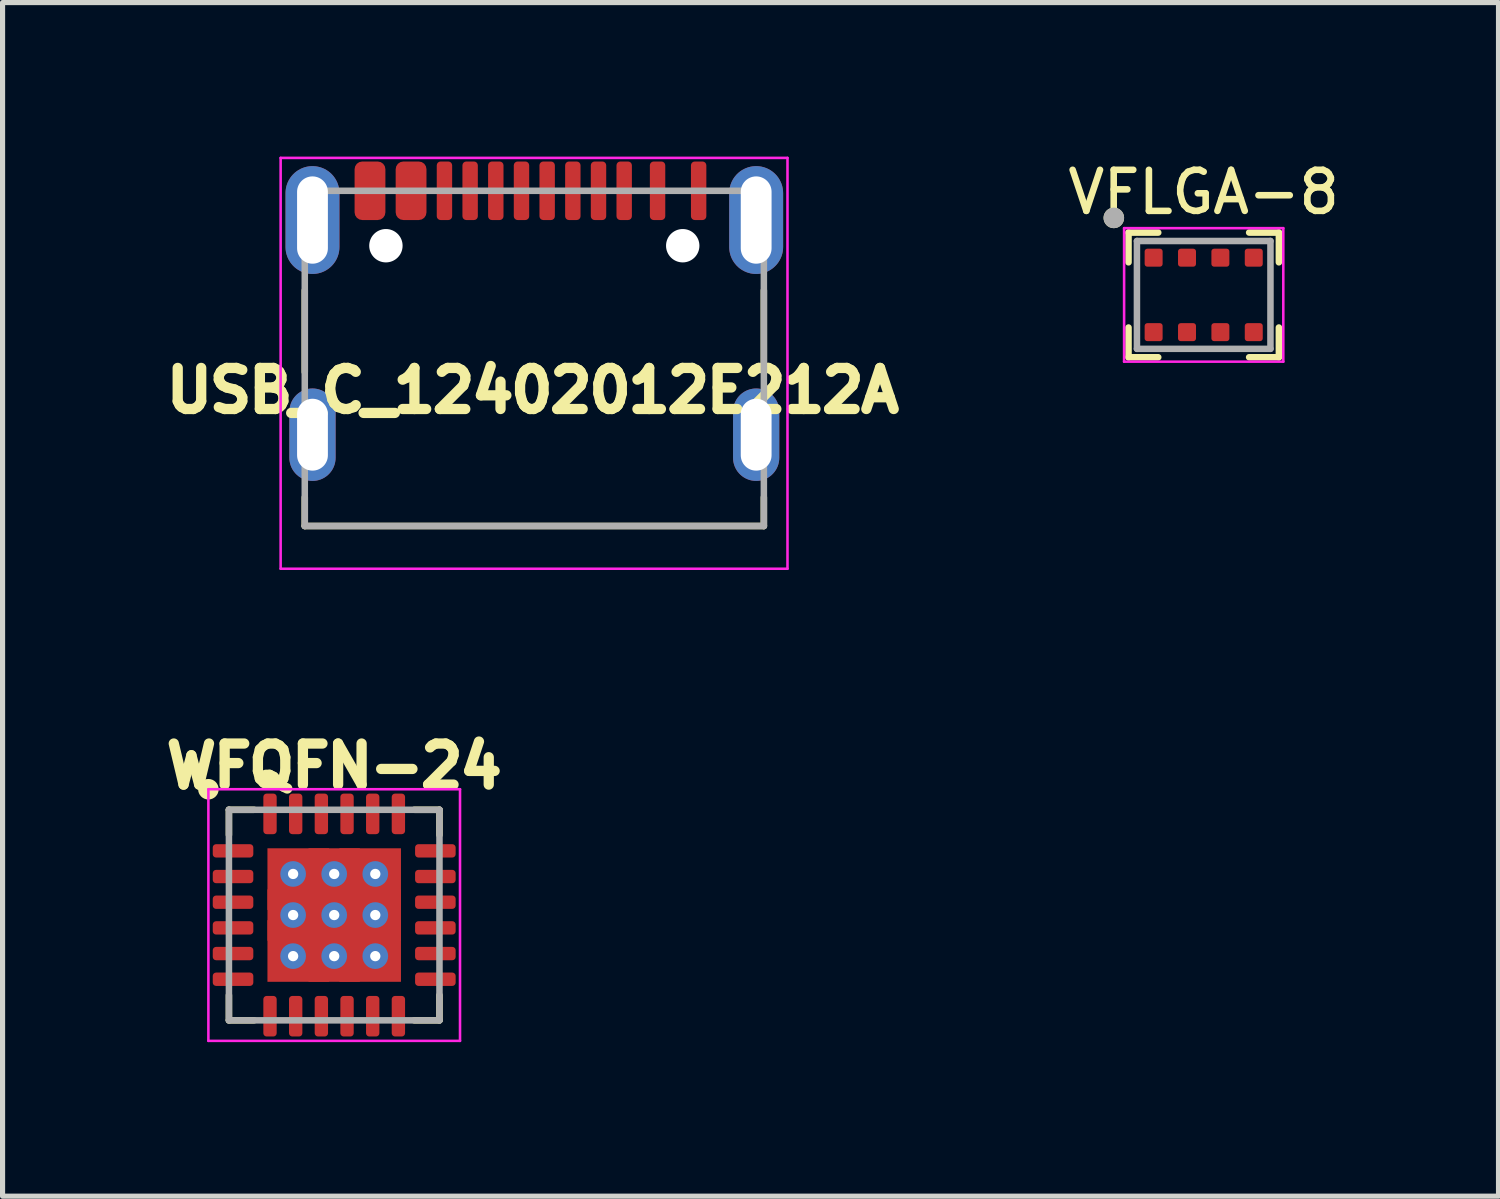
<source format=kicad_pcb>
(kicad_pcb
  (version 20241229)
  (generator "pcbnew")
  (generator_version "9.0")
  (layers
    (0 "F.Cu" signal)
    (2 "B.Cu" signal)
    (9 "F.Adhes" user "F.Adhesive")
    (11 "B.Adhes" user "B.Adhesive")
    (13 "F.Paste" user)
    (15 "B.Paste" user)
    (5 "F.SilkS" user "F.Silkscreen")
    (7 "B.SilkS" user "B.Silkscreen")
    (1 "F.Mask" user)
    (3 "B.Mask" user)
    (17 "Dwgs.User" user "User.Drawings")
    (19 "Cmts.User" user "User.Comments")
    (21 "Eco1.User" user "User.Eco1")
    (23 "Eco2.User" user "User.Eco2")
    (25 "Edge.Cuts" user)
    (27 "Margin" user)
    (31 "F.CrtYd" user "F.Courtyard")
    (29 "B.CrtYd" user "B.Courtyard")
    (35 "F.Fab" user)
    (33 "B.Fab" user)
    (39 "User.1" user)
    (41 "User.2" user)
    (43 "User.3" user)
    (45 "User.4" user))
  (footprint "WFQFN-24"
    (layer "F.Cu")
    (at 3.458 14.769)
    (property "Reference" "WFQFN-24" (at 0 -2.9 0) (layer "F.SilkS") (effects (font (size 0.8 0.8) (thickness 0.2) (bold yes))))
    (attr smd)
    (fp_line (start -2.05 -1.56) (end -2.05 -2.05) (stroke (width 0.127) (type solid)) (layer "F.SilkS"))
    (fp_line (start -2.05 2.05) (end -2.05 1.56) (stroke (width 0.127) (type solid)) (layer "F.SilkS"))
    (fp_line (start -1.56 -2.05) (end -2.05 -2.05) (stroke (width 0.127) (type solid)) (layer "F.SilkS"))
    (fp_line (start -1.56 2.05) (end -2.05 2.05) (stroke (width 0.127) (type solid)) (layer "F.SilkS"))
    (fp_line (start 1.56 -2.05) (end 2.05 -2.05) (stroke (width 0.127) (type solid)) (layer "F.SilkS"))
    (fp_line (start 2.05 -2.05) (end 2.05 -1.56) (stroke (width 0.127) (type solid)) (layer "F.SilkS"))
    (fp_line (start 2.05 1.56) (end 2.05 2.05) (stroke (width 0.127) (type solid)) (layer "F.SilkS"))
    (fp_line (start 2.05 2.05) (end 1.56 2.05) (stroke (width 0.127) (type solid)) (layer "F.SilkS"))
    (fp_circle (center -2.45 -2.45) (end -2.35 -2.45) (stroke (width 0.2) (type solid)) (fill no) (layer "F.SilkS"))
    (fp_line (start -2.45 -2.45) (end 2.45 -2.45) (stroke (width 0.05) (type solid)) (layer "F.CrtYd"))
    (fp_line (start -2.45 2.45) (end -2.45 -2.45) (stroke (width 0.05) (type solid)) (layer "F.CrtYd"))
    (fp_line (start 2.45 -2.45) (end 2.45 2.45) (stroke (width 0.05) (type solid)) (layer "F.CrtYd"))
    (fp_line (start 2.45 2.45) (end -2.45 2.45) (stroke (width 0.05) (type solid)) (layer "F.CrtYd"))
    (fp_line (start -2.05 -2.05) (end -2.05 2.05) (stroke (width 0.127) (type solid)) (layer "F.Fab"))
    (fp_line (start 2.05 -2.05) (end -2.05 -2.05) (stroke (width 0.127) (type solid)) (layer "F.Fab"))
    (fp_line (start 2.05 -2.05) (end 2.05 2.05) (stroke (width 0.127) (type solid)) (layer "F.Fab"))
    (fp_line (start 2.05 2.05) (end -2.05 2.05) (stroke (width 0.127) (type solid)) (layer "F.Fab"))
    (pad "0" thru_hole circle (at -0.8 -0.8) (size 0.5 0.5) (drill 0.2) (layers "*.Cu" "*.Mask"))
    (pad "0" thru_hole circle (at -0.8 0) (size 0.5 0.5) (drill 0.2) (layers "*.Cu" "*.Mask"))
    (pad "0" smd rect (at -0.8 0) (size 1 1) (layers "F.Cu" "F.Mask"))
    (pad "0" thru_hole circle (at -0.8 0.8) (size 0.5 0.5) (drill 0.2) (layers "*.Cu" "*.Mask"))
    (pad "0" smd rect (at -0.7 -0.7) (size 1.2 1.2) (layers "F.Cu" "F.Mask" "F.Paste"))
    (pad "0" smd rect (at -0.7 0.7) (size 1.2 1.2) (layers "F.Cu" "F.Mask" "F.Paste"))
    (pad "0" thru_hole circle (at 0 -0.8) (size 0.5 0.5) (drill 0.2) (layers "*.Cu" "*.Mask"))
    (pad "0" smd rect (at 0 -0.8) (size 1 1) (layers "F.Cu" "F.Mask"))
    (pad "0" thru_hole circle (at 0 0) (size 0.5 0.5) (drill 0.2) (layers "*.Cu" "*.Mask"))
    (pad "0" smd rect (at 0 0) (size 1 1) (layers "F.Cu" "F.Mask"))
    (pad "0" thru_hole circle (at 0 0.8) (size 0.5 0.5) (drill 0.2) (layers "*.Cu" "*.Mask"))
    (pad "0" smd rect (at 0 0.8) (size 1 1) (layers "F.Cu" "F.Mask"))
    (pad "0" smd rect (at 0.7 -0.7) (size 1.2 1.2) (layers "F.Cu" "F.Mask" "F.Paste"))
    (pad "0" smd rect (at 0.7 0.7) (size 1.2 1.2) (layers "F.Cu" "F.Mask" "F.Paste"))
    (pad "0" thru_hole circle (at 0.8 -0.8) (size 0.5 0.5) (drill 0.2) (layers "*.Cu" "*.Mask"))
    (pad "0" thru_hole circle (at 0.8 0) (size 0.5 0.5) (drill 0.2) (layers "*.Cu" "*.Mask"))
    (pad "0" smd rect (at 0.8 0) (size 1 1) (layers "F.Cu" "F.Mask"))
    (pad "0" thru_hole circle (at 0.8 0.8) (size 0.5 0.5) (drill 0.2) (layers "*.Cu" "*.Mask"))
    (pad "1" smd roundrect (at -1.97 -1.25) (size 0.79 0.26) (layers "F.Cu" "F.Mask" "F.Paste") (roundrect_rratio 0.25))
    (pad "2" smd roundrect (at -1.97 -0.75) (size 0.79 0.26) (layers "F.Cu" "F.Mask" "F.Paste") (roundrect_rratio 0.25))
    (pad "3" smd roundrect (at -1.97 -0.25) (size 0.79 0.26) (layers "F.Cu" "F.Mask" "F.Paste") (roundrect_rratio 0.25))
    (pad "4" smd roundrect (at -1.97 0.25) (size 0.79 0.26) (layers "F.Cu" "F.Mask" "F.Paste") (roundrect_rratio 0.25))
    (pad "5" smd roundrect (at -1.97 0.75) (size 0.79 0.26) (layers "F.Cu" "F.Mask" "F.Paste") (roundrect_rratio 0.25))
    (pad "6" smd roundrect (at -1.97 1.25) (size 0.79 0.26) (layers "F.Cu" "F.Mask" "F.Paste") (roundrect_rratio 0.25))
    (pad "7" smd roundrect (at -1.25 1.97 270) (size 0.79 0.26) (layers "F.Cu" "F.Mask" "F.Paste") (roundrect_rratio 0.25))
    (pad "8" smd roundrect (at -0.75 1.97 270) (size 0.79 0.26) (layers "F.Cu" "F.Mask" "F.Paste") (roundrect_rratio 0.25))
    (pad "9" smd roundrect (at -0.25 1.97 270) (size 0.79 0.26) (layers "F.Cu" "F.Mask" "F.Paste") (roundrect_rratio 0.25))
    (pad "10" smd roundrect (at 0.25 1.97 270) (size 0.79 0.26) (layers "F.Cu" "F.Mask" "F.Paste") (roundrect_rratio 0.25))
    (pad "11" smd roundrect (at 0.75 1.97 270) (size 0.79 0.26) (layers "F.Cu" "F.Mask" "F.Paste") (roundrect_rratio 0.25))
    (pad "12" smd roundrect (at 1.25 1.97 270) (size 0.79 0.26) (layers "F.Cu" "F.Mask" "F.Paste") (roundrect_rratio 0.25))
    (pad "13" smd roundrect (at 1.97 1.25) (size 0.79 0.26) (layers "F.Cu" "F.Mask" "F.Paste") (roundrect_rratio 0.25))
    (pad "14" smd roundrect (at 1.97 0.75) (size 0.79 0.26) (layers "F.Cu" "F.Mask" "F.Paste") (roundrect_rratio 0.25))
    (pad "15" smd roundrect (at 1.97 0.25) (size 0.79 0.26) (layers "F.Cu" "F.Mask" "F.Paste") (roundrect_rratio 0.25))
    (pad "16" smd roundrect (at 1.97 -0.25) (size 0.79 0.26) (layers "F.Cu" "F.Mask" "F.Paste") (roundrect_rratio 0.25))
    (pad "17" smd roundrect (at 1.97 -0.75) (size 0.79 0.26) (layers "F.Cu" "F.Mask" "F.Paste") (roundrect_rratio 0.25))
    (pad "18" smd roundrect (at 1.97 -1.25) (size 0.79 0.26) (layers "F.Cu" "F.Mask" "F.Paste") (roundrect_rratio 0.25))
    (pad "19" smd roundrect (at 1.25 -1.97 270) (size 0.79 0.26) (layers "F.Cu" "F.Mask" "F.Paste") (roundrect_rratio 0.25))
    (pad "20" smd roundrect (at 0.75 -1.97 270) (size 0.79 0.26) (layers "F.Cu" "F.Mask" "F.Paste") (roundrect_rratio 0.25))
    (pad "21" smd roundrect (at 0.25 -1.97 270) (size 0.79 0.26) (layers "F.Cu" "F.Mask" "F.Paste") (roundrect_rratio 0.25))
    (pad "22" smd roundrect (at -0.25 -1.97 270) (size 0.79 0.26) (layers "F.Cu" "F.Mask" "F.Paste") (roundrect_rratio 0.25))
    (pad "23" smd roundrect (at -0.75 -1.97 270) (size 0.79 0.26) (layers "F.Cu" "F.Mask" "F.Paste") (roundrect_rratio 0.25))
    (pad "24" smd roundrect (at -1.25 -1.97 270) (size 0.79 0.26) (layers "F.Cu" "F.Mask" "F.Paste") (roundrect_rratio 0.25)))
  (footprint "VFLGA-8"
    (layer "F.Cu")
    (at 20.39 2.693)
    (property "Reference" "VFLGA-8" (at 0 -2 0) (layer "F.SilkS") (effects (font (size 0.8 0.8) (thickness 0.128) (bold yes))))
    (attr smd)
    (fp_line (start -1.464 -0.635) (end -1.464 -1.214) (stroke (width 0.127) (type solid)) (layer "F.SilkS"))
    (fp_line (start -1.464 1.214) (end -1.464 0.635) (stroke (width 0.127) (type solid)) (layer "F.SilkS"))
    (fp_line (start -0.885 -1.214) (end -1.464 -1.214) (stroke (width 0.127) (type solid)) (layer "F.SilkS"))
    (fp_line (start -0.885 1.214) (end -1.464 1.214) (stroke (width 0.127) (type solid)) (layer "F.SilkS"))
    (fp_line (start 1.464 -1.214) (end 0.885 -1.214) (stroke (width 0.127) (type solid)) (layer "F.SilkS"))
    (fp_line (start 1.464 -0.635) (end 1.464 -1.214) (stroke (width 0.127) (type solid)) (layer "F.SilkS"))
    (fp_line (start 1.464 1.214) (end 0.885 1.214) (stroke (width 0.127) (type solid)) (layer "F.SilkS"))
    (fp_line (start 1.464 1.214) (end 1.464 0.635) (stroke (width 0.127) (type solid)) (layer "F.SilkS"))
    (fp_circle (center -1.75 -1.5) (end -1.65 -1.5) (stroke (width 0.2) (type solid)) (fill no) (layer "F.SilkS"))
    (fp_circle (center -0.975 -0.725) (end -0.869 -0.725) (stroke (width 0.1) (type solid)) (fill yes) (layer "F.Paste"))
    (fp_circle (center -0.974 0.726) (end -0.868 0.726) (stroke (width 0.1) (type solid)) (fill yes) (layer "F.Paste"))
    (fp_circle (center -0.325 -0.722) (end -0.219 -0.722) (stroke (width 0.1) (type solid)) (fill yes) (layer "F.Paste"))
    (fp_circle (center -0.324 0.723) (end -0.218 0.723) (stroke (width 0.1) (type solid)) (fill yes) (layer "F.Paste"))
    (fp_circle (center 0.325 -0.723) (end 0.431 -0.723) (stroke (width 0.1) (type solid)) (fill yes) (layer "F.Paste"))
    (fp_circle (center 0.326 0.726) (end 0.432 0.726) (stroke (width 0.1) (type solid)) (fill yes) (layer "F.Paste"))
    (fp_circle (center 0.974 0.728) (end 1.08 0.728) (stroke (width 0.1) (type solid)) (fill yes) (layer "F.Paste"))
    (fp_circle (center 0.974 -0.722) (end 1.08 -0.722) (stroke (width 0.1) (type solid)) (fill yes) (layer "F.Paste"))
    (fp_line (start -1.55 -1.3) (end 1.55 -1.3) (stroke (width 0.05) (type solid)) (layer "F.CrtYd"))
    (fp_line (start -1.55 1.3) (end -1.55 -1.3) (stroke (width 0.05) (type solid)) (layer "F.CrtYd"))
    (fp_line (start 1.55 -1.3) (end 1.55 1.3) (stroke (width 0.05) (type solid)) (layer "F.CrtYd"))
    (fp_line (start 1.55 1.3) (end -1.55 1.3) (stroke (width 0.05) (type solid)) (layer "F.CrtYd"))
    (fp_line (start -1.3 -1.05) (end 1.3 -1.05) (stroke (width 0.127) (type solid)) (layer "F.Fab"))
    (fp_line (start -1.3 1.05) (end -1.3 -1.05) (stroke (width 0.127) (type solid)) (layer "F.Fab"))
    (fp_line (start 1.3 -1.05) (end 1.3 1.05) (stroke (width 0.127) (type solid)) (layer "F.Fab"))
    (fp_line (start 1.3 1.05) (end -1.3 1.05) (stroke (width 0.127) (type solid)) (layer "F.Fab"))
    (fp_circle (center -1.75 -1.5) (end -1.65 -1.5) (stroke (width 0.2) (type solid)) (fill no) (layer "F.Fab"))
    (pad "1" smd roundrect (at -0.975 -0.725) (size 0.35 0.35) (layers "F.Cu" "F.Mask") (roundrect_rratio 0.15))
    (pad "2" smd roundrect (at -0.325 -0.725) (size 0.35 0.35) (layers "F.Cu" "F.Mask") (roundrect_rratio 0.15))
    (pad "3" smd roundrect (at 0.325 -0.725) (size 0.35 0.35) (layers "F.Cu" "F.Mask") (roundrect_rratio 0.15))
    (pad "4" smd roundrect (at 0.975 -0.725) (size 0.35 0.35) (layers "F.Cu" "F.Mask") (roundrect_rratio 0.15))
    (pad "5" smd roundrect (at 0.975 0.725) (size 0.35 0.35) (layers "F.Cu" "F.Mask") (roundrect_rratio 0.15))
    (pad "6" smd roundrect (at 0.325 0.725) (size 0.35 0.35) (layers "F.Cu" "F.Mask") (roundrect_rratio 0.15))
    (pad "7" smd roundrect (at -0.325 0.725) (size 0.35 0.35) (layers "F.Cu" "F.Mask") (roundrect_rratio 0.15))
    (pad "8" smd roundrect (at -0.975 0.725) (size 0.35 0.35) (layers "F.Cu" "F.Mask") (roundrect_rratio 0.15)))
  (footprint "USB_C_12402012E212A"
    (layer "F.Cu")
    (at 7.355 5.415)
    (property "Reference" "USB_C_12402012E212A" (at -0.03 -0.86 0) (layer "F.SilkS") (effects (font (size 0.8 0.8) (thickness 0.2) (bold yes))))
    (attr smd)
    (fp_line (start -4.47 -2.81) (end -4.47 -1.22) (stroke (width 0.127) (type solid)) (layer "F.SilkS"))
    (fp_line (start -4.47 1.778) (end -4.47 1.22) (stroke (width 0.127) (type solid)) (layer "F.SilkS"))
    (fp_line (start 4.47 -2.81) (end 4.47 -1.22) (stroke (width 0.127) (type solid)) (layer "F.SilkS"))
    (fp_line (start 4.47 1.778) (end -4.47 1.778) (stroke (width 0.127) (type solid)) (layer "F.SilkS"))
    (fp_line (start 4.47 1.778) (end 4.47 1.22) (stroke (width 0.127) (type solid)) (layer "F.SilkS"))
    (fp_line (start -4.94 -5.39) (end -4.94 2.61) (stroke (width 0.05) (type solid)) (layer "F.CrtYd"))
    (fp_line (start -4.94 2.61) (end 4.93 2.61) (stroke (width 0.05) (type solid)) (layer "F.CrtYd"))
    (fp_line (start 4.93 -5.39) (end -4.94 -5.39) (stroke (width 0.05) (type solid)) (layer "F.CrtYd"))
    (fp_line (start 4.93 2.61) (end 4.93 -5.39) (stroke (width 0.05) (type solid)) (layer "F.CrtYd"))
    (fp_line (start -4.47 -4.75) (end 4.47 -4.75) (stroke (width 0.127) (type solid)) (layer "F.Fab"))
    (fp_line (start -4.47 1.778) (end -4.47 -4.75) (stroke (width 0.127) (type solid)) (layer "F.Fab"))
    (fp_line (start 4.47 -4.75) (end 4.47 1.778) (stroke (width 0.127) (type solid)) (layer "F.Fab"))
    (fp_line (start 4.47 1.778) (end -4.47 1.778) (stroke (width 0.127) (type solid)) (layer "F.Fab"))
    (pad "" np_thru_hole circle (at -2.89 -3.68) (size 0.65 0.65) (drill 0.65) (layers "*.Cu" "*.Mask"))
    (pad "" np_thru_hole circle (at 2.89 -3.68) (size 0.65 0.65) (drill 0.65) (layers "*.Cu" "*.Mask"))
    (pad "A1_B12" smd roundrect (at -3.2 -4.75) (size 0.6 1.14) (layers "F.Cu" "F.Mask" "F.Paste") (roundrect_rratio 0.25))
    (pad "A4_B9" smd roundrect (at -2.4 -4.75) (size 0.6 1.14) (layers "F.Cu" "F.Mask" "F.Paste") (roundrect_rratio 0.25))
    (pad "A5" smd roundrect (at -1.25 -4.75) (size 0.3 1.14) (layers "F.Cu" "F.Mask" "F.Paste") (roundrect_rratio 0.25))
    (pad "A6" smd roundrect (at -0.25 -4.75) (size 0.3 1.14) (layers "F.Cu" "F.Mask" "F.Paste") (roundrect_rratio 0.25))
    (pad "A7" smd roundrect (at 0.25 -4.75) (size 0.3 1.14) (layers "F.Cu" "F.Mask" "F.Paste") (roundrect_rratio 0.25))
    (pad "A8" smd roundrect (at 1.25 -4.75) (size 0.3 1.14) (layers "F.Cu" "F.Mask" "F.Paste") (roundrect_rratio 0.25))
    (pad "B1_A12" smd roundrect (at 3.2 -4.75) (size 0.3 1.14) (layers "F.Cu" "F.Mask" "F.Paste") (roundrect_rratio 0.25))
    (pad "B4_A9" smd roundrect (at 2.4 -4.75) (size 0.3 1.14) (layers "F.Cu" "F.Mask" "F.Paste") (roundrect_rratio 0.25))
    (pad "B5" smd roundrect (at 1.75 -4.75) (size 0.3 1.14) (layers "F.Cu" "F.Mask" "F.Paste") (roundrect_rratio 0.25))
    (pad "B6" smd roundrect (at 0.75 -4.75) (size 0.3 1.14) (layers "F.Cu" "F.Mask" "F.Paste") (roundrect_rratio 0.25))
    (pad "B7" smd roundrect (at -0.75 -4.75) (size 0.3 1.14) (layers "F.Cu" "F.Mask" "F.Paste") (roundrect_rratio 0.25))
    (pad "B8" smd roundrect (at -1.75 -4.75) (size 0.3 1.14) (layers "F.Cu" "F.Mask" "F.Paste") (roundrect_rratio 0.25))
    (pad "SH1" thru_hole oval (at -4.32 -4.18) (size 1.05 2.1) (drill oval 0.6 1.7) (layers "*.Cu" "*.Mask"))
    (pad "SH2" thru_hole oval (at 4.32 -4.18) (size 1.05 2.1) (drill oval 0.6 1.7) (layers "*.Cu" "*.Mask"))
    (pad "SH3" thru_hole oval (at -4.32 0) (size 0.9 1.8) (drill oval 0.6 1.4) (layers "*.Cu" "*.Mask"))
    (pad "SH4" thru_hole oval (at 4.32 0) (size 0.9 1.8) (drill oval 0.6 1.4) (layers "*.Cu" "*.Mask")))
  (gr_rect
    (start -3 -3)
    (end 26.131 20.244)
    (stroke (width 0.1) (type default))
    (fill no)
    (layer "Edge.Cuts")))
</source>
